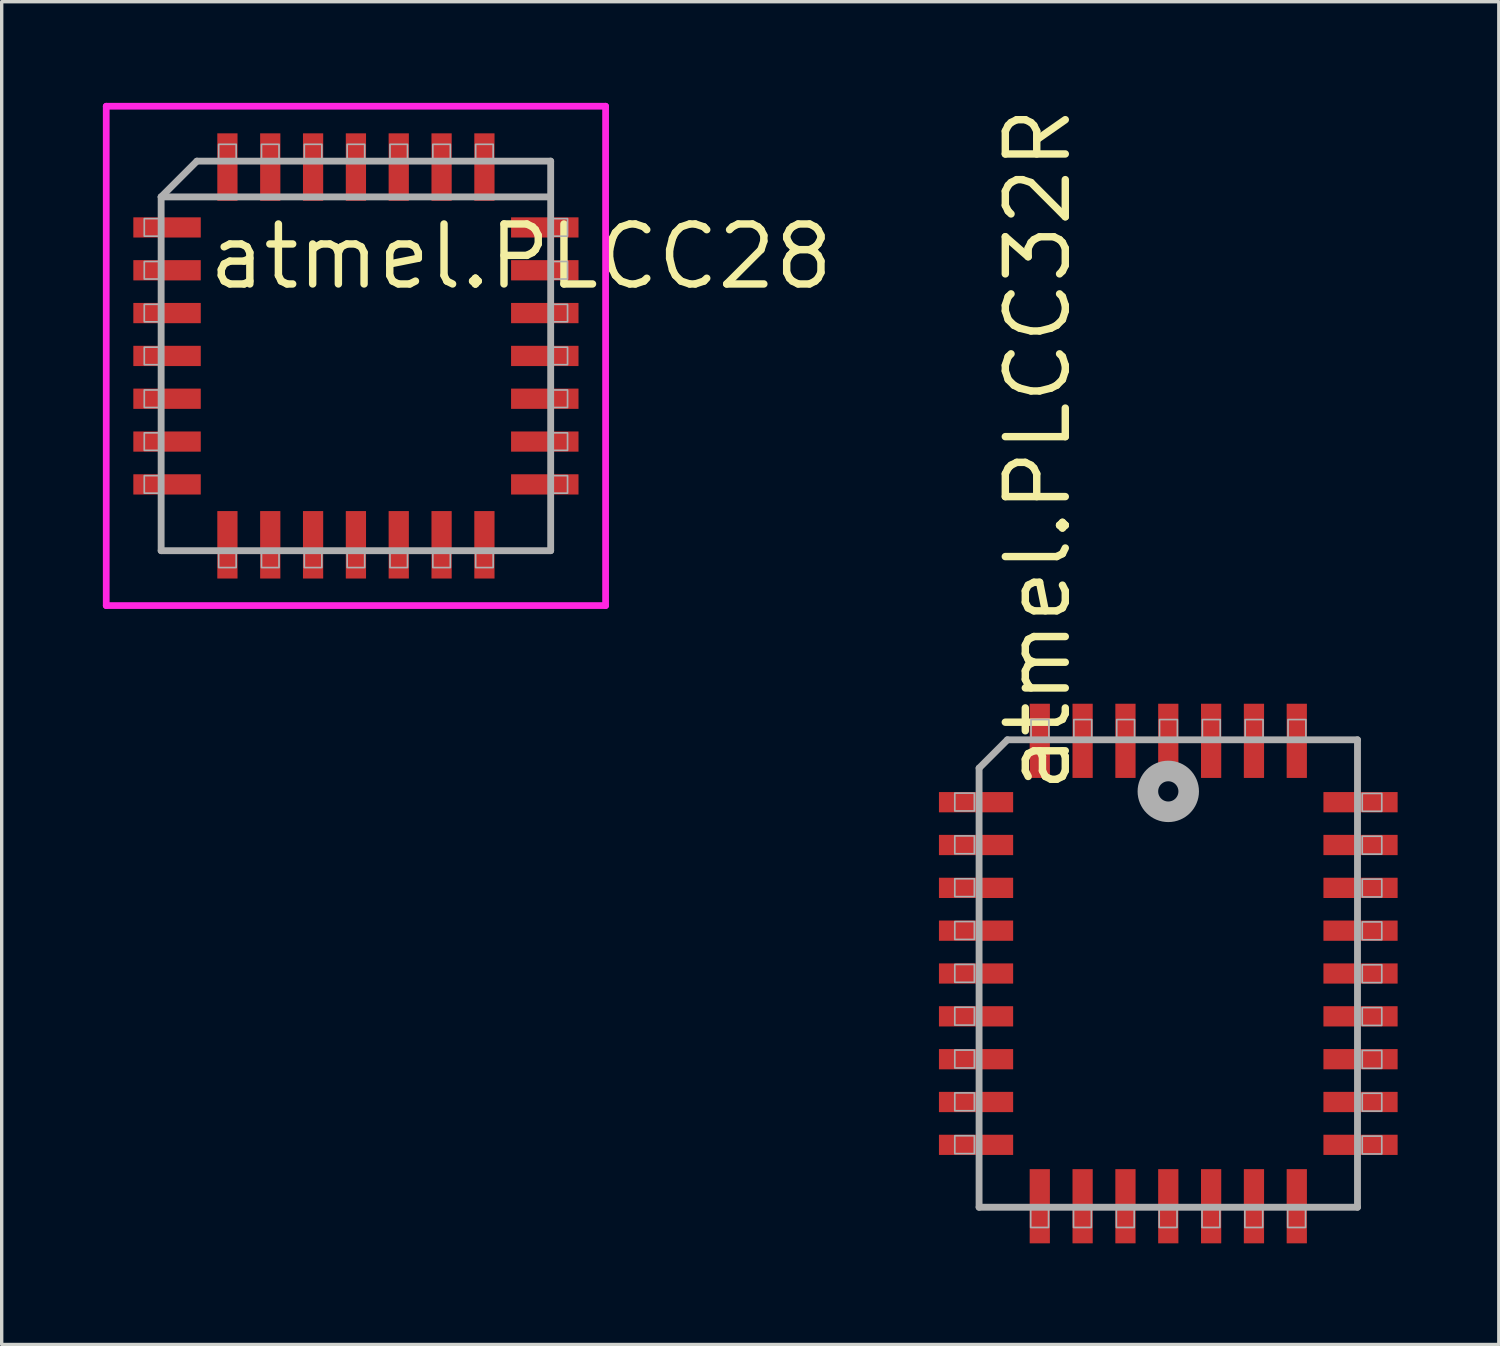
<source format=kicad_pcb>
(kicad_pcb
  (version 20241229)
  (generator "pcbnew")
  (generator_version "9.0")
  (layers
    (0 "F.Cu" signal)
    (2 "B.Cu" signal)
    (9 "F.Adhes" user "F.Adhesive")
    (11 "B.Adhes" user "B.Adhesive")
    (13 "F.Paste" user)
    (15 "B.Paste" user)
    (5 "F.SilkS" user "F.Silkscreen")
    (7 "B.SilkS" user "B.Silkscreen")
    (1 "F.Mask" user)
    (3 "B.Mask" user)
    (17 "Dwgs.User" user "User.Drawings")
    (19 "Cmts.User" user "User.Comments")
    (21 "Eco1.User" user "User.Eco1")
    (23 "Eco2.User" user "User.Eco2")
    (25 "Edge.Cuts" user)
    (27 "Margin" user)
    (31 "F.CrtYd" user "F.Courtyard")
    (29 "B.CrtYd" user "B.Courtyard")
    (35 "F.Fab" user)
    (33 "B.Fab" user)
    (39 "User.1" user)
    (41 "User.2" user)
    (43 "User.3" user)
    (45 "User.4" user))
  (footprint "atmel.PLCC28"
    (layer "F.Cu")
    (at 7.503 7.503)
    (property "Reference" "atmel.PLCC28" (at -4.475 -1.905 0) (layer "F.SilkS") (effects (font (size 1.778 1.778) (thickness 0.22)) (justify left bottom)))
    (attr smd)
    (fp_line (start -7.403 -7.403) (end 7.403 -7.403) (stroke (width 0.2) (type default)) (layer "F.CrtYd"))
    (fp_line (start -7.403 7.403) (end -7.403 -7.403) (stroke (width 0.2) (type default)) (layer "F.CrtYd"))
    (fp_line (start 7.403 -7.403) (end 7.403 7.403) (stroke (width 0.2) (type default)) (layer "F.CrtYd"))
    (fp_line (start 7.403 7.403) (end -7.403 7.403) (stroke (width 0.2) (type default)) (layer "F.CrtYd"))
    (fp_line (start -5.775 -4.715) (end -5.775 5.775) (stroke (width 0.203) (type default)) (layer "F.Fab"))
    (fp_line (start -5.775 5.775) (end 5.775 5.775) (stroke (width 0.203) (type default)) (layer "F.Fab"))
    (fp_line (start -4.715 -5.775) (end -5.775 -4.715) (stroke (width 0.203) (type default)) (layer "F.Fab"))
    (fp_line (start 5.75 -4.715) (end -5.775 -4.715) (stroke (width 0.203) (type default)) (layer "F.Fab"))
    (fp_line (start 5.775 -5.775) (end -4.715 -5.775) (stroke (width 0.203) (type default)) (layer "F.Fab"))
    (fp_line (start 5.775 5.775) (end 5.775 -5.775) (stroke (width 0.203) (type default)) (layer "F.Fab"))
    (fp_rect (start -6.275 -3.55) (end -5.825 -4.07) (stroke (width 0.05) (type default)) (fill no) (layer "F.Fab"))
    (fp_rect (start -6.275 -2.28) (end -5.825 -2.8) (stroke (width 0.05) (type default)) (fill no) (layer "F.Fab"))
    (fp_rect (start -6.275 -1.01) (end -5.825 -1.53) (stroke (width 0.05) (type default)) (fill no) (layer "F.Fab"))
    (fp_rect (start -6.275 0.26) (end -5.825 -0.26) (stroke (width 0.05) (type default)) (fill no) (layer "F.Fab"))
    (fp_rect (start -6.275 1.53) (end -5.825 1.01) (stroke (width 0.05) (type default)) (fill no) (layer "F.Fab"))
    (fp_rect (start -6.275 2.8) (end -5.825 2.28) (stroke (width 0.05) (type default)) (fill no) (layer "F.Fab"))
    (fp_rect (start -6.275 4.07) (end -5.825 3.55) (stroke (width 0.05) (type default)) (fill no) (layer "F.Fab"))
    (fp_rect (start -4.07 -5.825) (end -3.55 -6.275) (stroke (width 0.05) (type default)) (fill no) (layer "F.Fab"))
    (fp_rect (start -4.07 6.275) (end -3.55 5.825) (stroke (width 0.05) (type default)) (fill no) (layer "F.Fab"))
    (fp_rect (start -2.8 -5.825) (end -2.28 -6.275) (stroke (width 0.05) (type default)) (fill no) (layer "F.Fab"))
    (fp_rect (start -2.8 6.275) (end -2.28 5.825) (stroke (width 0.05) (type default)) (fill no) (layer "F.Fab"))
    (fp_rect (start -1.53 -5.825) (end -1.01 -6.275) (stroke (width 0.05) (type default)) (fill no) (layer "F.Fab"))
    (fp_rect (start -1.53 6.275) (end -1.01 5.825) (stroke (width 0.05) (type default)) (fill no) (layer "F.Fab"))
    (fp_rect (start -0.26 -5.825) (end 0.26 -6.275) (stroke (width 0.05) (type default)) (fill no) (layer "F.Fab"))
    (fp_rect (start -0.26 6.275) (end 0.26 5.825) (stroke (width 0.05) (type default)) (fill no) (layer "F.Fab"))
    (fp_rect (start 1.01 -5.825) (end 1.53 -6.275) (stroke (width 0.05) (type default)) (fill no) (layer "F.Fab"))
    (fp_rect (start 1.01 6.275) (end 1.53 5.825) (stroke (width 0.05) (type default)) (fill no) (layer "F.Fab"))
    (fp_rect (start 2.28 -5.825) (end 2.8 -6.275) (stroke (width 0.05) (type default)) (fill no) (layer "F.Fab"))
    (fp_rect (start 2.28 6.275) (end 2.8 5.825) (stroke (width 0.05) (type default)) (fill no) (layer "F.Fab"))
    (fp_rect (start 3.55 -5.825) (end 4.07 -6.275) (stroke (width 0.05) (type default)) (fill no) (layer "F.Fab"))
    (fp_rect (start 3.55 6.275) (end 4.07 5.825) (stroke (width 0.05) (type default)) (fill no) (layer "F.Fab"))
    (fp_rect (start 5.825 -3.55) (end 6.275 -4.07) (stroke (width 0.05) (type default)) (fill no) (layer "F.Fab"))
    (fp_rect (start 5.825 -2.28) (end 6.275 -2.8) (stroke (width 0.05) (type default)) (fill no) (layer "F.Fab"))
    (fp_rect (start 5.825 -1.01) (end 6.275 -1.53) (stroke (width 0.05) (type default)) (fill no) (layer "F.Fab"))
    (fp_rect (start 5.825 0.26) (end 6.275 -0.26) (stroke (width 0.05) (type default)) (fill no) (layer "F.Fab"))
    (fp_rect (start 5.825 1.53) (end 6.275 1.01) (stroke (width 0.05) (type default)) (fill no) (layer "F.Fab"))
    (fp_rect (start 5.825 2.8) (end 6.275 2.28) (stroke (width 0.05) (type default)) (fill no) (layer "F.Fab"))
    (fp_rect (start 5.825 4.07) (end 6.275 3.55) (stroke (width 0.05) (type default)) (fill no) (layer "F.Fab"))
    (pad "1" smd roundrect (at 0 -5.6) (size 0.6 2) (layers "F.Cu" "F.Mask" "F.Paste") (roundrect_rratio 0.01))
    (pad "2" smd roundrect (at -1.27 -5.6) (size 0.6 2) (layers "F.Cu" "F.Mask" "F.Paste") (roundrect_rratio 0.01))
    (pad "3" smd roundrect (at -2.54 -5.6) (size 0.6 2) (layers "F.Cu" "F.Mask" "F.Paste") (roundrect_rratio 0.01))
    (pad "4" smd roundrect (at -3.81 -5.6) (size 0.6 2) (layers "F.Cu" "F.Mask" "F.Paste") (roundrect_rratio 0.01))
    (pad "5" smd roundrect (at -5.6 -3.81) (size 2 0.6) (layers "F.Cu" "F.Mask" "F.Paste") (roundrect_rratio 0.01))
    (pad "6" smd roundrect (at -5.6 -2.54) (size 2 0.6) (layers "F.Cu" "F.Mask" "F.Paste") (roundrect_rratio 0.01))
    (pad "7" smd roundrect (at -5.6 -1.27) (size 2 0.6) (layers "F.Cu" "F.Mask" "F.Paste") (roundrect_rratio 0.01))
    (pad "8" smd roundrect (at -5.6 0) (size 2 0.6) (layers "F.Cu" "F.Mask" "F.Paste") (roundrect_rratio 0.01))
    (pad "9" smd roundrect (at -5.6 1.27) (size 2 0.6) (layers "F.Cu" "F.Mask" "F.Paste") (roundrect_rratio 0.01))
    (pad "10" smd roundrect (at -5.6 2.54) (size 2 0.6) (layers "F.Cu" "F.Mask" "F.Paste") (roundrect_rratio 0.01))
    (pad "11" smd roundrect (at -5.6 3.81) (size 2 0.6) (layers "F.Cu" "F.Mask" "F.Paste") (roundrect_rratio 0.01))
    (pad "12" smd roundrect (at -3.81 5.6) (size 0.6 2) (layers "F.Cu" "F.Mask" "F.Paste") (roundrect_rratio 0.01))
    (pad "13" smd roundrect (at -2.54 5.6) (size 0.6 2) (layers "F.Cu" "F.Mask" "F.Paste") (roundrect_rratio 0.01))
    (pad "14" smd roundrect (at -1.27 5.6) (size 0.6 2) (layers "F.Cu" "F.Mask" "F.Paste") (roundrect_rratio 0.01))
    (pad "15" smd roundrect (at 0 5.6) (size 0.6 2) (layers "F.Cu" "F.Mask" "F.Paste") (roundrect_rratio 0.01))
    (pad "16" smd roundrect (at 1.27 5.6) (size 0.6 2) (layers "F.Cu" "F.Mask" "F.Paste") (roundrect_rratio 0.01))
    (pad "17" smd roundrect (at 2.54 5.6) (size 0.6 2) (layers "F.Cu" "F.Mask" "F.Paste") (roundrect_rratio 0.01))
    (pad "18" smd roundrect (at 3.81 5.6) (size 0.6 2) (layers "F.Cu" "F.Mask" "F.Paste") (roundrect_rratio 0.01))
    (pad "19" smd roundrect (at 5.6 3.81) (size 2 0.6) (layers "F.Cu" "F.Mask" "F.Paste") (roundrect_rratio 0.01))
    (pad "20" smd roundrect (at 5.6 2.54) (size 2 0.6) (layers "F.Cu" "F.Mask" "F.Paste") (roundrect_rratio 0.01))
    (pad "21" smd roundrect (at 5.6 1.27) (size 2 0.6) (layers "F.Cu" "F.Mask" "F.Paste") (roundrect_rratio 0.01))
    (pad "22" smd roundrect (at 5.6 0) (size 2 0.6) (layers "F.Cu" "F.Mask" "F.Paste") (roundrect_rratio 0.01))
    (pad "23" smd roundrect (at 5.6 -1.27) (size 2 0.6) (layers "F.Cu" "F.Mask" "F.Paste") (roundrect_rratio 0.01))
    (pad "24" smd roundrect (at 5.6 -2.54) (size 2 0.6) (layers "F.Cu" "F.Mask" "F.Paste") (roundrect_rratio 0.01))
    (pad "25" smd roundrect (at 5.6 -3.81) (size 2 0.6) (layers "F.Cu" "F.Mask" "F.Paste") (roundrect_rratio 0.01))
    (pad "26" smd roundrect (at 3.81 -5.6) (size 0.6 2) (layers "F.Cu" "F.Mask" "F.Paste") (roundrect_rratio 0.01))
    (pad "27" smd roundrect (at 2.54 -5.6) (size 0.6 2) (layers "F.Cu" "F.Mask" "F.Paste") (roundrect_rratio 0.01))
    (pad "28" smd roundrect (at 1.27 -5.6) (size 0.6 2) (layers "F.Cu" "F.Mask" "F.Paste") (roundrect_rratio 0.01)))
  (footprint "atmel.PLCC32R"
    (layer "F.Cu")
    (at 31.59 25.815)
    (property "Reference" "atmel.PLCC32R" (at -2.825 -5.275 270) (layer "F.SilkS") (effects (font (size 1.778 1.778) (thickness 0.22)) (justify left bottom)))
    (attr smd)
    (fp_line (start -5.61 -6.09) (end -5.61 6.93) (stroke (width 0.203) (type default)) (layer "F.Fab"))
    (fp_line (start -5.61 6.93) (end 5.61 6.93) (stroke (width 0.203) (type default)) (layer "F.Fab"))
    (fp_line (start -4.77 -6.93) (end -5.61 -6.09) (stroke (width 0.203) (type default)) (layer "F.Fab"))
    (fp_line (start 5.61 -6.93) (end -4.77 -6.93) (stroke (width 0.203) (type default)) (layer "F.Fab"))
    (fp_line (start 5.61 6.93) (end 5.61 -6.93) (stroke (width 0.203) (type default)) (layer "F.Fab"))
    (fp_rect (start -6.33 -4.82) (end -5.75 -5.35) (stroke (width 0.05) (type default)) (fill no) (layer "F.Fab"))
    (fp_rect (start -6.33 -3.55) (end -5.75 -4.08) (stroke (width 0.05) (type default)) (fill no) (layer "F.Fab"))
    (fp_rect (start -6.33 -2.28) (end -5.75 -2.81) (stroke (width 0.05) (type default)) (fill no) (layer "F.Fab"))
    (fp_rect (start -6.33 -1.01) (end -5.75 -1.54) (stroke (width 0.05) (type default)) (fill no) (layer "F.Fab"))
    (fp_rect (start -6.33 0.26) (end -5.75 -0.27) (stroke (width 0.05) (type default)) (fill no) (layer "F.Fab"))
    (fp_rect (start -6.33 1.53) (end -5.75 1) (stroke (width 0.05) (type default)) (fill no) (layer "F.Fab"))
    (fp_rect (start -6.33 2.8) (end -5.75 2.27) (stroke (width 0.05) (type default)) (fill no) (layer "F.Fab"))
    (fp_rect (start -6.33 4.07) (end -5.75 3.54) (stroke (width 0.05) (type default)) (fill no) (layer "F.Fab"))
    (fp_rect (start -6.33 5.34) (end -5.75 4.81) (stroke (width 0.05) (type default)) (fill no) (layer "F.Fab"))
    (fp_rect (start -4.08 7.53) (end -3.55 6.95) (stroke (width 0.05) (type default)) (fill no) (layer "F.Fab"))
    (fp_rect (start -4.07 -6.95) (end -3.54 -7.53) (stroke (width 0.05) (type default)) (fill no) (layer "F.Fab"))
    (fp_rect (start -2.81 7.53) (end -2.28 6.95) (stroke (width 0.05) (type default)) (fill no) (layer "F.Fab"))
    (fp_rect (start -2.8 -6.95) (end -2.27 -7.53) (stroke (width 0.05) (type default)) (fill no) (layer "F.Fab"))
    (fp_rect (start -1.54 7.53) (end -1.01 6.95) (stroke (width 0.05) (type default)) (fill no) (layer "F.Fab"))
    (fp_rect (start -1.53 -6.95) (end -1 -7.53) (stroke (width 0.05) (type default)) (fill no) (layer "F.Fab"))
    (fp_rect (start -0.27 7.53) (end 0.26 6.95) (stroke (width 0.05) (type default)) (fill no) (layer "F.Fab"))
    (fp_rect (start -0.26 -6.95) (end 0.27 -7.53) (stroke (width 0.05) (type default)) (fill no) (layer "F.Fab"))
    (fp_rect (start 1 7.53) (end 1.53 6.95) (stroke (width 0.05) (type default)) (fill no) (layer "F.Fab"))
    (fp_rect (start 1.01 -6.95) (end 1.54 -7.53) (stroke (width 0.05) (type default)) (fill no) (layer "F.Fab"))
    (fp_rect (start 2.27 7.53) (end 2.8 6.95) (stroke (width 0.05) (type default)) (fill no) (layer "F.Fab"))
    (fp_rect (start 2.28 -6.95) (end 2.81 -7.53) (stroke (width 0.05) (type default)) (fill no) (layer "F.Fab"))
    (fp_rect (start 3.54 7.53) (end 4.07 6.95) (stroke (width 0.05) (type default)) (fill no) (layer "F.Fab"))
    (fp_rect (start 3.55 -6.95) (end 4.08 -7.53) (stroke (width 0.05) (type default)) (fill no) (layer "F.Fab"))
    (fp_rect (start 5.75 -4.81) (end 6.33 -5.34) (stroke (width 0.05) (type default)) (fill no) (layer "F.Fab"))
    (fp_rect (start 5.75 -3.54) (end 6.33 -4.07) (stroke (width 0.05) (type default)) (fill no) (layer "F.Fab"))
    (fp_rect (start 5.75 -2.27) (end 6.33 -2.8) (stroke (width 0.05) (type default)) (fill no) (layer "F.Fab"))
    (fp_rect (start 5.75 -1) (end 6.33 -1.53) (stroke (width 0.05) (type default)) (fill no) (layer "F.Fab"))
    (fp_rect (start 5.75 0.27) (end 6.33 -0.26) (stroke (width 0.05) (type default)) (fill no) (layer "F.Fab"))
    (fp_rect (start 5.75 1.54) (end 6.33 1.01) (stroke (width 0.05) (type default)) (fill no) (layer "F.Fab"))
    (fp_rect (start 5.75 2.81) (end 6.33 2.28) (stroke (width 0.05) (type default)) (fill no) (layer "F.Fab"))
    (fp_rect (start 5.75 4.08) (end 6.33 3.55) (stroke (width 0.05) (type default)) (fill no) (layer "F.Fab"))
    (fp_rect (start 5.75 5.35) (end 6.33 4.82) (stroke (width 0.05) (type default)) (fill no) (layer "F.Fab"))
    (fp_circle (center 0 -5.4) (end 0.3 -5.4) (stroke (width 0.61) (type default)) (fill no) (layer "F.Fab"))
    (pad "1" smd roundrect (at 0 -6.9) (size 0.6 2.2) (layers "F.Cu" "F.Mask" "F.Paste") (roundrect_rratio 0.01))
    (pad "2" smd roundrect (at -1.27 -6.9) (size 0.6 2.2) (layers "F.Cu" "F.Mask" "F.Paste") (roundrect_rratio 0.01))
    (pad "3" smd roundrect (at -2.54 -6.9) (size 0.6 2.2) (layers "F.Cu" "F.Mask" "F.Paste") (roundrect_rratio 0.01))
    (pad "4" smd roundrect (at -3.81 -6.9) (size 0.6 2.2) (layers "F.Cu" "F.Mask" "F.Paste") (roundrect_rratio 0.01))
    (pad "5" smd roundrect (at -5.7 -5.08) (size 2.2 0.6) (layers "F.Cu" "F.Mask" "F.Paste") (roundrect_rratio 0.01))
    (pad "6" smd roundrect (at -5.7 -3.81) (size 2.2 0.6) (layers "F.Cu" "F.Mask" "F.Paste") (roundrect_rratio 0.01))
    (pad "7" smd roundrect (at -5.7 -2.54) (size 2.2 0.6) (layers "F.Cu" "F.Mask" "F.Paste") (roundrect_rratio 0.01))
    (pad "8" smd roundrect (at -5.7 -1.27) (size 2.2 0.6) (layers "F.Cu" "F.Mask" "F.Paste") (roundrect_rratio 0.01))
    (pad "9" smd roundrect (at -5.7 0) (size 2.2 0.6) (layers "F.Cu" "F.Mask" "F.Paste") (roundrect_rratio 0.01))
    (pad "10" smd roundrect (at -5.7 1.27) (size 2.2 0.6) (layers "F.Cu" "F.Mask" "F.Paste") (roundrect_rratio 0.01))
    (pad "11" smd roundrect (at -5.7 2.54) (size 2.2 0.6) (layers "F.Cu" "F.Mask" "F.Paste") (roundrect_rratio 0.01))
    (pad "12" smd roundrect (at -5.7 3.81) (size 2.2 0.6) (layers "F.Cu" "F.Mask" "F.Paste") (roundrect_rratio 0.01))
    (pad "13" smd roundrect (at -5.7 5.08) (size 2.2 0.6) (layers "F.Cu" "F.Mask" "F.Paste") (roundrect_rratio 0.01))
    (pad "14" smd roundrect (at -3.81 6.9) (size 0.6 2.2) (layers "F.Cu" "F.Mask" "F.Paste") (roundrect_rratio 0.01))
    (pad "15" smd roundrect (at -2.54 6.9) (size 0.6 2.2) (layers "F.Cu" "F.Mask" "F.Paste") (roundrect_rratio 0.01))
    (pad "16" smd roundrect (at -1.27 6.9) (size 0.6 2.2) (layers "F.Cu" "F.Mask" "F.Paste") (roundrect_rratio 0.01))
    (pad "17" smd roundrect (at 0 6.9) (size 0.6 2.2) (layers "F.Cu" "F.Mask" "F.Paste") (roundrect_rratio 0.01))
    (pad "18" smd roundrect (at 1.27 6.9) (size 0.6 2.2) (layers "F.Cu" "F.Mask" "F.Paste") (roundrect_rratio 0.01))
    (pad "19" smd roundrect (at 2.54 6.9) (size 0.6 2.2) (layers "F.Cu" "F.Mask" "F.Paste") (roundrect_rratio 0.01))
    (pad "20" smd roundrect (at 3.81 6.9) (size 0.6 2.2) (layers "F.Cu" "F.Mask" "F.Paste") (roundrect_rratio 0.01))
    (pad "21" smd roundrect (at 5.7 5.08) (size 2.2 0.6) (layers "F.Cu" "F.Mask" "F.Paste") (roundrect_rratio 0.01))
    (pad "22" smd roundrect (at 5.7 3.81) (size 2.2 0.6) (layers "F.Cu" "F.Mask" "F.Paste") (roundrect_rratio 0.01))
    (pad "23" smd roundrect (at 5.7 2.54) (size 2.2 0.6) (layers "F.Cu" "F.Mask" "F.Paste") (roundrect_rratio 0.01))
    (pad "24" smd roundrect (at 5.7 1.27) (size 2.2 0.6) (layers "F.Cu" "F.Mask" "F.Paste") (roundrect_rratio 0.01))
    (pad "25" smd roundrect (at 5.7 0) (size 2.2 0.6) (layers "F.Cu" "F.Mask" "F.Paste") (roundrect_rratio 0.01))
    (pad "26" smd roundrect (at 5.7 -1.27) (size 2.2 0.6) (layers "F.Cu" "F.Mask" "F.Paste") (roundrect_rratio 0.01))
    (pad "27" smd roundrect (at 5.7 -2.54) (size 2.2 0.6) (layers "F.Cu" "F.Mask" "F.Paste") (roundrect_rratio 0.01))
    (pad "28" smd roundrect (at 5.7 -3.81) (size 2.2 0.6) (layers "F.Cu" "F.Mask" "F.Paste") (roundrect_rratio 0.01))
    (pad "29" smd roundrect (at 5.7 -5.08) (size 2.2 0.6) (layers "F.Cu" "F.Mask" "F.Paste") (roundrect_rratio 0.01))
    (pad "30" smd roundrect (at 3.81 -6.9) (size 0.6 2.2) (layers "F.Cu" "F.Mask" "F.Paste") (roundrect_rratio 0.01))
    (pad "31" smd roundrect (at 2.54 -6.9) (size 0.6 2.2) (layers "F.Cu" "F.Mask" "F.Paste") (roundrect_rratio 0.01))
    (pad "32" smd roundrect (at 1.27 -6.9) (size 0.6 2.2) (layers "F.Cu" "F.Mask" "F.Paste") (roundrect_rratio 0.01)))
  (gr_rect
    (start -3 -3)
    (end 41.39 36.815)
    (stroke (width 0.1) (type default))
    (fill no)
    (layer "Edge.Cuts")))
</source>
